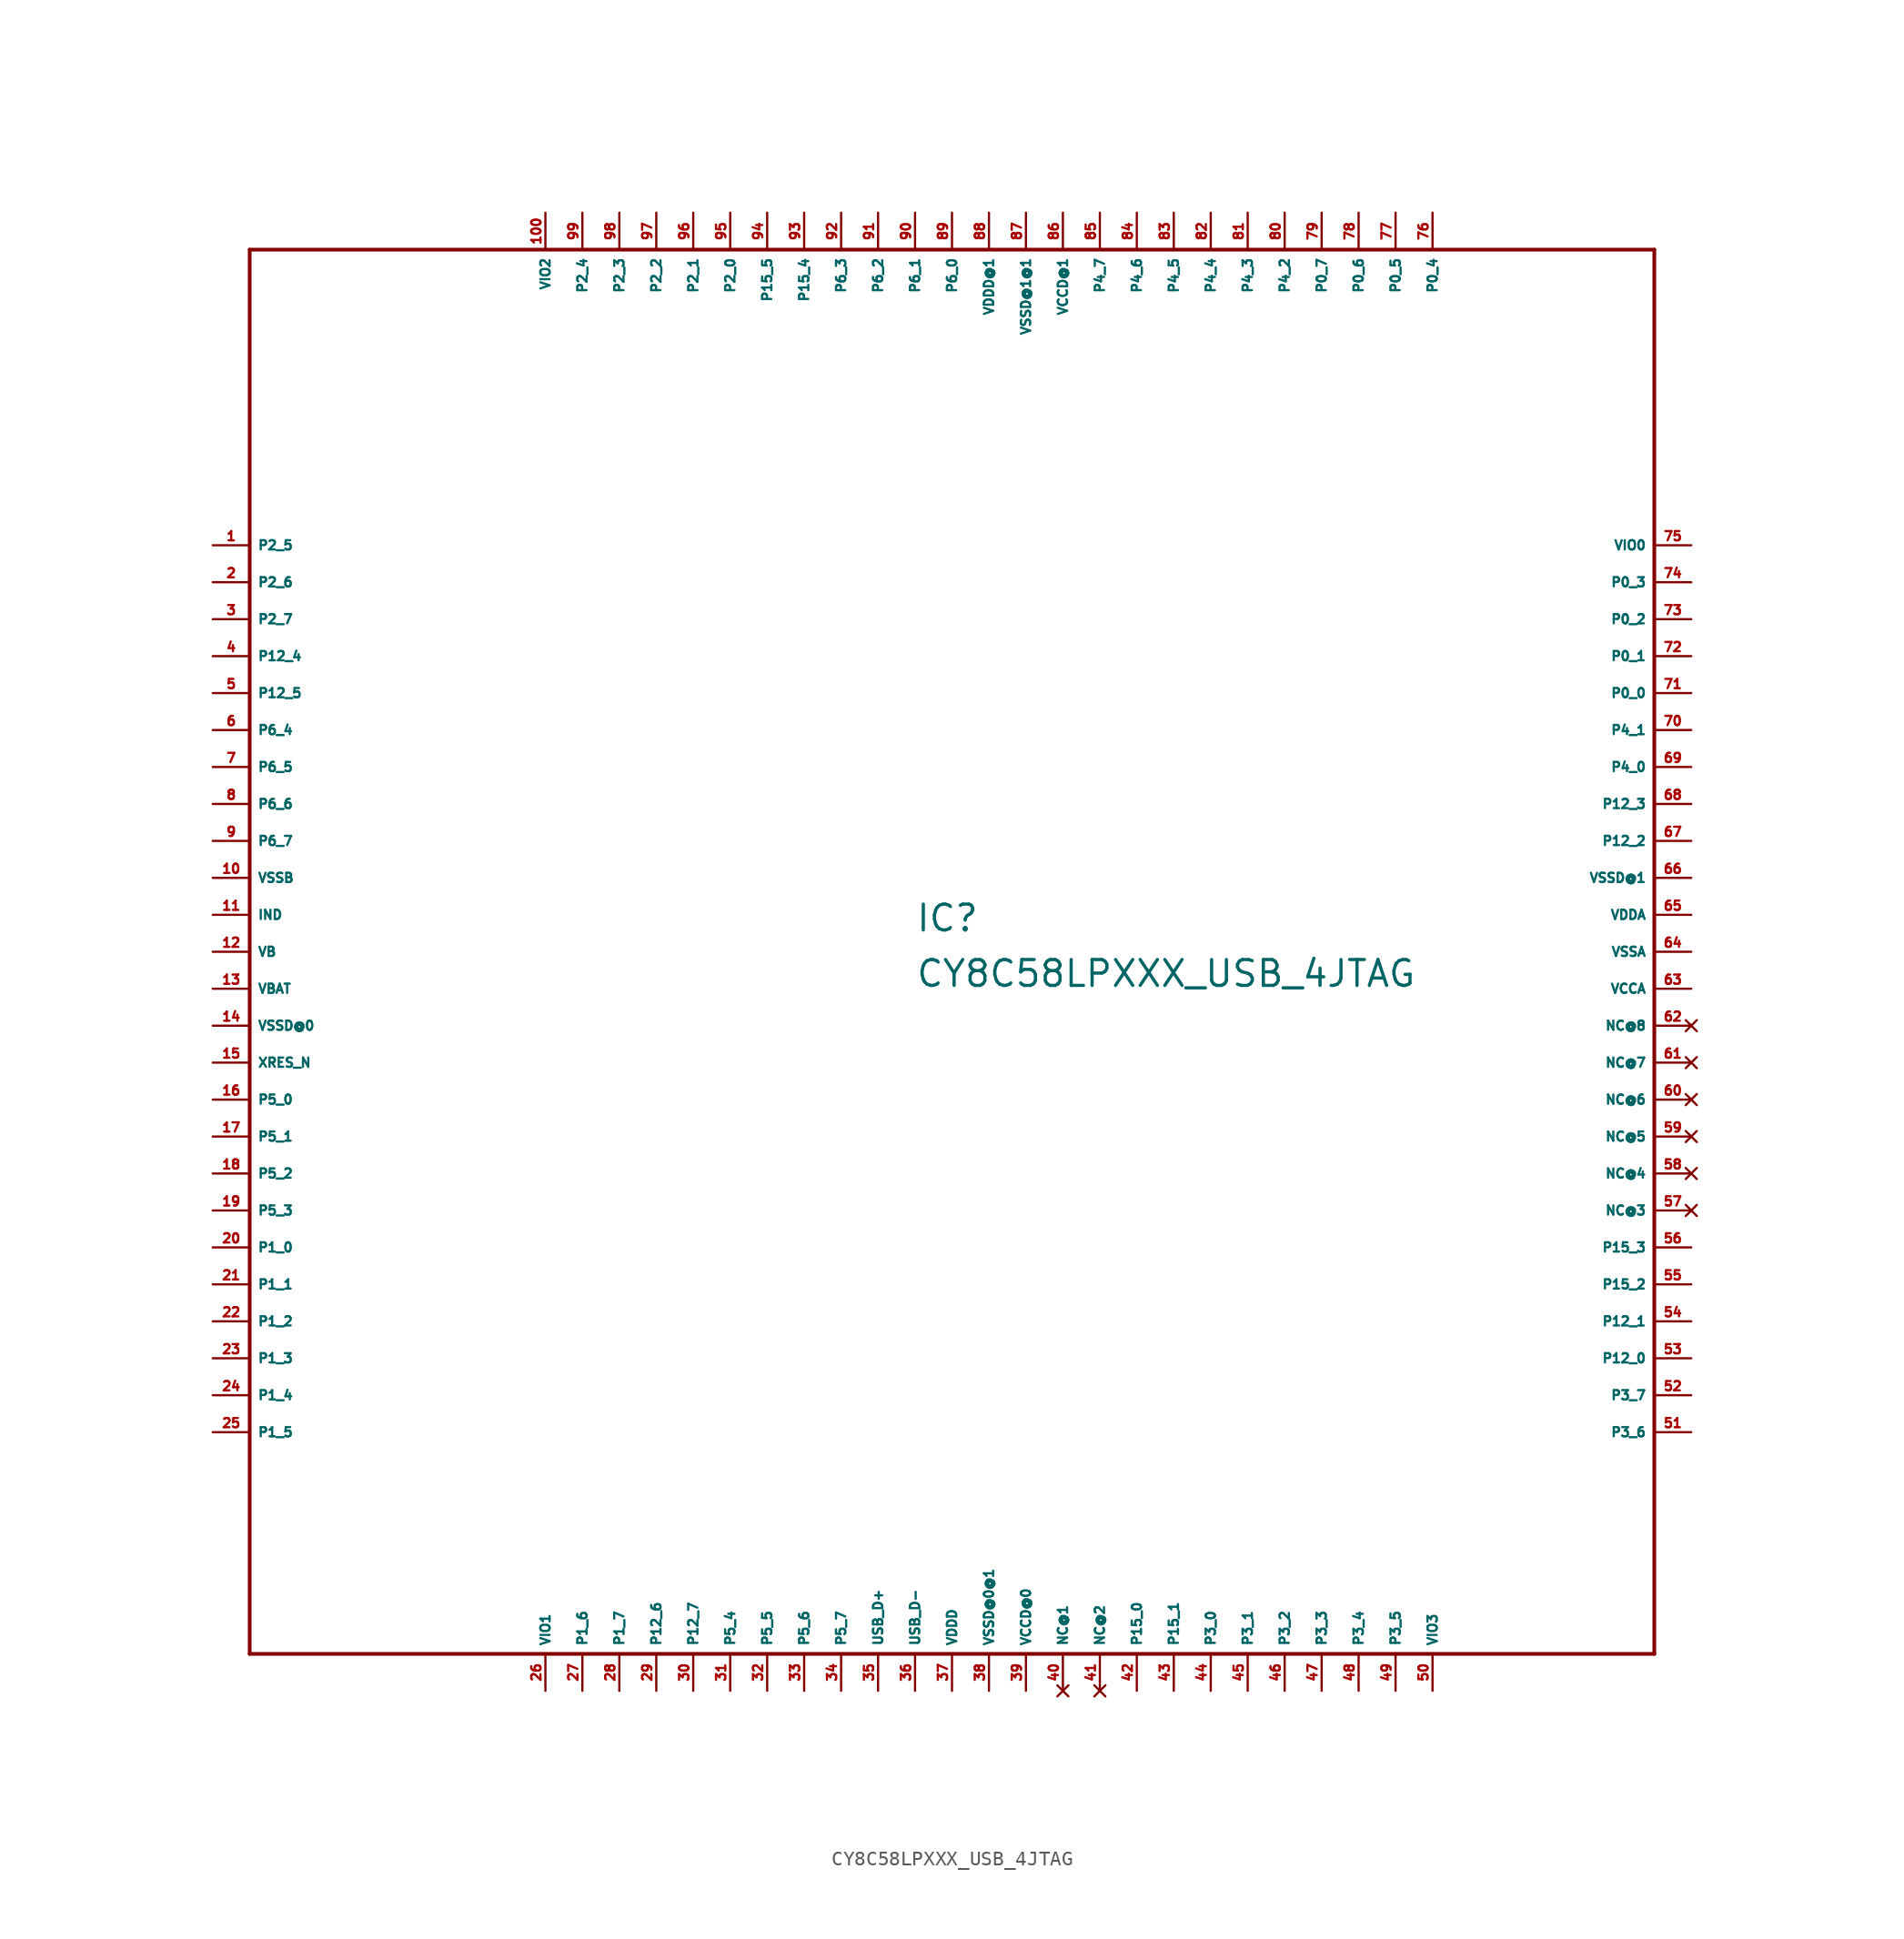
<source format=kicad_sym>
(kicad_symbol_lib
  (version 20220914)
  (generator Eagle2Kicad)
  (symbol "CY8C58LPXXX_USB_4JTAG"
    (property "Reference" "IC"
      (at -2.54 1.27 0)
      (effects (font (size 1.778 1.778) (thickness 0.22)) (justify left bottom)))
    (property "Value" "CY8C58LPXXX_USB_4JTAG"
      (at -2.54 -2.54 0)
      (effects (font (size 1.778 1.778) (thickness 0.22)) (justify left bottom)))
    (polyline
      (pts (xy -48.26 -48.26) (xy 48.26 -48.26))
      (stroke (width 0.254) (type default))
      (fill (type none)))
    (polyline
      (pts (xy 48.26 -48.26) (xy 48.26 48.26))
      (stroke (width 0.254) (type default))
      (fill (type none)))
    (polyline
      (pts (xy 48.26 48.26) (xy -48.26 48.26))
      (stroke (width 0.254) (type default))
      (fill (type none)))
    (polyline
      (pts (xy -48.26 48.26) (xy -48.26 -48.26))
      (stroke (width 0.254) (type default))
      (fill (type none)))
    (pin bidirectional line
      (at -50.8 27.94 0)
      (length 2.54)
      (name "P2_5" (effects (font (size 0.635 0.635) (thickness 0.08)) (justify left bottom)))
      (number "1" (effects (font (size 0.635 0.635) (thickness 0.08)) (justify left bottom))))
    (pin bidirectional line
      (at -50.8 25.4 0)
      (length 2.54)
      (name "P2_6" (effects (font (size 0.635 0.635) (thickness 0.08)) (justify left bottom)))
      (number "2" (effects (font (size 0.635 0.635) (thickness 0.08)) (justify left bottom))))
    (pin bidirectional line
      (at -50.8 22.86 0)
      (length 2.54)
      (name "P2_7" (effects (font (size 0.635 0.635) (thickness 0.08)) (justify left bottom)))
      (number "3" (effects (font (size 0.635 0.635) (thickness 0.08)) (justify left bottom))))
    (pin bidirectional line
      (at -50.8 20.32 0)
      (length 2.54)
      (name "P12_4" (effects (font (size 0.635 0.635) (thickness 0.08)) (justify left bottom)))
      (number "4" (effects (font (size 0.635 0.635) (thickness 0.08)) (justify left bottom))))
    (pin bidirectional line
      (at -50.8 17.78 0)
      (length 2.54)
      (name "P12_5" (effects (font (size 0.635 0.635) (thickness 0.08)) (justify left bottom)))
      (number "5" (effects (font (size 0.635 0.635) (thickness 0.08)) (justify left bottom))))
    (pin bidirectional line
      (at -50.8 15.24 0)
      (length 2.54)
      (name "P6_4" (effects (font (size 0.635 0.635) (thickness 0.08)) (justify left bottom)))
      (number "6" (effects (font (size 0.635 0.635) (thickness 0.08)) (justify left bottom))))
    (pin bidirectional line
      (at -50.8 12.7 0)
      (length 2.54)
      (name "P6_5" (effects (font (size 0.635 0.635) (thickness 0.08)) (justify left bottom)))
      (number "7" (effects (font (size 0.635 0.635) (thickness 0.08)) (justify left bottom))))
    (pin bidirectional line
      (at -50.8 10.16 0)
      (length 2.54)
      (name "P6_6" (effects (font (size 0.635 0.635) (thickness 0.08)) (justify left bottom)))
      (number "8" (effects (font (size 0.635 0.635) (thickness 0.08)) (justify left bottom))))
    (pin bidirectional line
      (at -50.8 7.62 0)
      (length 2.54)
      (name "P6_7" (effects (font (size 0.635 0.635) (thickness 0.08)) (justify left bottom)))
      (number "9" (effects (font (size 0.635 0.635) (thickness 0.08)) (justify left bottom))))
    (pin unspecified line
      (at -50.8 5.08 0)
      (length 2.54)
      (name "VSSB" (effects (font (size 0.635 0.635) (thickness 0.08)) (justify left bottom)))
      (number "10" (effects (font (size 0.635 0.635) (thickness 0.08)) (justify left bottom))))
    (pin passive line
      (at -50.8 2.54 0)
      (length 2.54)
      (name "IND" (effects (font (size 0.635 0.635) (thickness 0.08)) (justify left bottom)))
      (number "11" (effects (font (size 0.635 0.635) (thickness 0.08)) (justify left bottom))))
    (pin passive line
      (at -50.8 0 0)
      (length 2.54)
      (name "VB" (effects (font (size 0.635 0.635) (thickness 0.08)) (justify left bottom)))
      (number "12" (effects (font (size 0.635 0.635) (thickness 0.08)) (justify left bottom))))
    (pin passive line
      (at -50.8 -2.54 0)
      (length 2.54)
      (name "VBAT" (effects (font (size 0.635 0.635) (thickness 0.08)) (justify left bottom)))
      (number "13" (effects (font (size 0.635 0.635) (thickness 0.08)) (justify left bottom))))
    (pin unspecified line
      (at -50.8 -5.08 0)
      (length 2.54)
      (name "VSSD@0" (effects (font (size 0.635 0.635) (thickness 0.08)) (justify left bottom)))
      (number "14" (effects (font (size 0.635 0.635) (thickness 0.08)) (justify left bottom))))
    (pin input line
      (at -50.8 -7.62 0)
      (length 2.54)
      (name "XRES_N" (effects (font (size 0.635 0.635) (thickness 0.08)) (justify left bottom)))
      (number "15" (effects (font (size 0.635 0.635) (thickness 0.08)) (justify left bottom))))
    (pin bidirectional line
      (at -50.8 -10.16 0)
      (length 2.54)
      (name "P5_0" (effects (font (size 0.635 0.635) (thickness 0.08)) (justify left bottom)))
      (number "16" (effects (font (size 0.635 0.635) (thickness 0.08)) (justify left bottom))))
    (pin bidirectional line
      (at -50.8 -12.7 0)
      (length 2.54)
      (name "P5_1" (effects (font (size 0.635 0.635) (thickness 0.08)) (justify left bottom)))
      (number "17" (effects (font (size 0.635 0.635) (thickness 0.08)) (justify left bottom))))
    (pin bidirectional line
      (at -50.8 -15.24 0)
      (length 2.54)
      (name "P5_2" (effects (font (size 0.635 0.635) (thickness 0.08)) (justify left bottom)))
      (number "18" (effects (font (size 0.635 0.635) (thickness 0.08)) (justify left bottom))))
    (pin bidirectional line
      (at -50.8 -17.78 0)
      (length 2.54)
      (name "P5_3" (effects (font (size 0.635 0.635) (thickness 0.08)) (justify left bottom)))
      (number "19" (effects (font (size 0.635 0.635) (thickness 0.08)) (justify left bottom))))
    (pin input line
      (at -50.8 -20.32 0)
      (length 2.54)
      (name "P1_0" (effects (font (size 0.635 0.635) (thickness 0.08)) (justify left bottom)))
      (number "20" (effects (font (size 0.635 0.635) (thickness 0.08)) (justify left bottom))))
    (pin input line
      (at -50.8 -22.86 0)
      (length 2.54)
      (name "P1_1" (effects (font (size 0.635 0.635) (thickness 0.08)) (justify left bottom)))
      (number "21" (effects (font (size 0.635 0.635) (thickness 0.08)) (justify left bottom))))
    (pin bidirectional line
      (at -50.8 -25.4 0)
      (length 2.54)
      (name "P1_2" (effects (font (size 0.635 0.635) (thickness 0.08)) (justify left bottom)))
      (number "22" (effects (font (size 0.635 0.635) (thickness 0.08)) (justify left bottom))))
    (pin output line
      (at -50.8 -27.94 0)
      (length 2.54)
      (name "P1_3" (effects (font (size 0.635 0.635) (thickness 0.08)) (justify left bottom)))
      (number "23" (effects (font (size 0.635 0.635) (thickness 0.08)) (justify left bottom))))
    (pin input line
      (at -50.8 -30.48 0)
      (length 2.54)
      (name "P1_4" (effects (font (size 0.635 0.635) (thickness 0.08)) (justify left bottom)))
      (number "24" (effects (font (size 0.635 0.635) (thickness 0.08)) (justify left bottom))))
    (pin bidirectional line
      (at -50.8 -33.02 0)
      (length 2.54)
      (name "P1_5" (effects (font (size 0.635 0.635) (thickness 0.08)) (justify left bottom)))
      (number "25" (effects (font (size 0.635 0.635) (thickness 0.08)) (justify left bottom))))
    (pin passive line
      (at -27.94 -50.8 90)
      (length 2.54)
      (name "VIO1" (effects (font (size 0.635 0.635) (thickness 0.08)) (justify left bottom)))
      (number "26" (effects (font (size 0.635 0.635) (thickness 0.08)) (justify left bottom))))
    (pin bidirectional line
      (at -25.4 -50.8 90)
      (length 2.54)
      (name "P1_6" (effects (font (size 0.635 0.635) (thickness 0.08)) (justify left bottom)))
      (number "27" (effects (font (size 0.635 0.635) (thickness 0.08)) (justify left bottom))))
    (pin bidirectional line
      (at -22.86 -50.8 90)
      (length 2.54)
      (name "P1_7" (effects (font (size 0.635 0.635) (thickness 0.08)) (justify left bottom)))
      (number "28" (effects (font (size 0.635 0.635) (thickness 0.08)) (justify left bottom))))
    (pin bidirectional line
      (at -20.32 -50.8 90)
      (length 2.54)
      (name "P12_6" (effects (font (size 0.635 0.635) (thickness 0.08)) (justify left bottom)))
      (number "29" (effects (font (size 0.635 0.635) (thickness 0.08)) (justify left bottom))))
    (pin bidirectional line
      (at -17.78 -50.8 90)
      (length 2.54)
      (name "P12_7" (effects (font (size 0.635 0.635) (thickness 0.08)) (justify left bottom)))
      (number "30" (effects (font (size 0.635 0.635) (thickness 0.08)) (justify left bottom))))
    (pin bidirectional line
      (at -15.24 -50.8 90)
      (length 2.54)
      (name "P5_4" (effects (font (size 0.635 0.635) (thickness 0.08)) (justify left bottom)))
      (number "31" (effects (font (size 0.635 0.635) (thickness 0.08)) (justify left bottom))))
    (pin bidirectional line
      (at -12.7 -50.8 90)
      (length 2.54)
      (name "P5_5" (effects (font (size 0.635 0.635) (thickness 0.08)) (justify left bottom)))
      (number "32" (effects (font (size 0.635 0.635) (thickness 0.08)) (justify left bottom))))
    (pin bidirectional line
      (at -10.16 -50.8 90)
      (length 2.54)
      (name "P5_6" (effects (font (size 0.635 0.635) (thickness 0.08)) (justify left bottom)))
      (number "33" (effects (font (size 0.635 0.635) (thickness 0.08)) (justify left bottom))))
    (pin bidirectional line
      (at -7.62 -50.8 90)
      (length 2.54)
      (name "P5_7" (effects (font (size 0.635 0.635) (thickness 0.08)) (justify left bottom)))
      (number "34" (effects (font (size 0.635 0.635) (thickness 0.08)) (justify left bottom))))
    (pin unspecified line
      (at 0 -50.8 90)
      (length 2.54)
      (name "VDDD" (effects (font (size 0.635 0.635) (thickness 0.08)) (justify left bottom)))
      (number "37" (effects (font (size 0.635 0.635) (thickness 0.08)) (justify left bottom))))
    (pin unspecified line
      (at 2.54 -50.8 90)
      (length 2.54)
      (name "VSSD@0@1" (effects (font (size 0.635 0.635) (thickness 0.08)) (justify left bottom)))
      (number "38" (effects (font (size 0.635 0.635) (thickness 0.08)) (justify left bottom))))
    (pin unspecified line
      (at 5.08 -50.8 90)
      (length 2.54)
      (name "VCCD@0" (effects (font (size 0.635 0.635) (thickness 0.08)) (justify left bottom)))
      (number "39" (effects (font (size 0.635 0.635) (thickness 0.08)) (justify left bottom))))
    (pin bidirectional line
      (at 12.7 -50.8 90)
      (length 2.54)
      (name "P15_0" (effects (font (size 0.635 0.635) (thickness 0.08)) (justify left bottom)))
      (number "42" (effects (font (size 0.635 0.635) (thickness 0.08)) (justify left bottom))))
    (pin bidirectional line
      (at 15.24 -50.8 90)
      (length 2.54)
      (name "P15_1" (effects (font (size 0.635 0.635) (thickness 0.08)) (justify left bottom)))
      (number "43" (effects (font (size 0.635 0.635) (thickness 0.08)) (justify left bottom))))
    (pin bidirectional line
      (at 17.78 -50.8 90)
      (length 2.54)
      (name "P3_0" (effects (font (size 0.635 0.635) (thickness 0.08)) (justify left bottom)))
      (number "44" (effects (font (size 0.635 0.635) (thickness 0.08)) (justify left bottom))))
    (pin bidirectional line
      (at 20.32 -50.8 90)
      (length 2.54)
      (name "P3_1" (effects (font (size 0.635 0.635) (thickness 0.08)) (justify left bottom)))
      (number "45" (effects (font (size 0.635 0.635) (thickness 0.08)) (justify left bottom))))
    (pin bidirectional line
      (at 22.86 -50.8 90)
      (length 2.54)
      (name "P3_2" (effects (font (size 0.635 0.635) (thickness 0.08)) (justify left bottom)))
      (number "46" (effects (font (size 0.635 0.635) (thickness 0.08)) (justify left bottom))))
    (pin bidirectional line
      (at 25.4 -50.8 90)
      (length 2.54)
      (name "P3_3" (effects (font (size 0.635 0.635) (thickness 0.08)) (justify left bottom)))
      (number "47" (effects (font (size 0.635 0.635) (thickness 0.08)) (justify left bottom))))
    (pin bidirectional line
      (at 27.94 -50.8 90)
      (length 2.54)
      (name "P3_4" (effects (font (size 0.635 0.635) (thickness 0.08)) (justify left bottom)))
      (number "48" (effects (font (size 0.635 0.635) (thickness 0.08)) (justify left bottom))))
    (pin bidirectional line
      (at 30.48 -50.8 90)
      (length 2.54)
      (name "P3_5" (effects (font (size 0.635 0.635) (thickness 0.08)) (justify left bottom)))
      (number "49" (effects (font (size 0.635 0.635) (thickness 0.08)) (justify left bottom))))
    (pin passive line
      (at 33.02 -50.8 90)
      (length 2.54)
      (name "VIO3" (effects (font (size 0.635 0.635) (thickness 0.08)) (justify left bottom)))
      (number "50" (effects (font (size 0.635 0.635) (thickness 0.08)) (justify left bottom))))
    (pin bidirectional line
      (at 50.8 -33.02 180)
      (length 2.54)
      (name "P3_6" (effects (font (size 0.635 0.635) (thickness 0.08)) (justify left bottom)))
      (number "51" (effects (font (size 0.635 0.635) (thickness 0.08)) (justify left bottom))))
    (pin bidirectional line
      (at 50.8 -30.48 180)
      (length 2.54)
      (name "P3_7" (effects (font (size 0.635 0.635) (thickness 0.08)) (justify left bottom)))
      (number "52" (effects (font (size 0.635 0.635) (thickness 0.08)) (justify left bottom))))
    (pin bidirectional line
      (at 50.8 -27.94 180)
      (length 2.54)
      (name "P12_0" (effects (font (size 0.635 0.635) (thickness 0.08)) (justify left bottom)))
      (number "53" (effects (font (size 0.635 0.635) (thickness 0.08)) (justify left bottom))))
    (pin bidirectional line
      (at 50.8 -25.4 180)
      (length 2.54)
      (name "P12_1" (effects (font (size 0.635 0.635) (thickness 0.08)) (justify left bottom)))
      (number "54" (effects (font (size 0.635 0.635) (thickness 0.08)) (justify left bottom))))
    (pin bidirectional line
      (at 50.8 -22.86 180)
      (length 2.54)
      (name "P15_2" (effects (font (size 0.635 0.635) (thickness 0.08)) (justify left bottom)))
      (number "55" (effects (font (size 0.635 0.635) (thickness 0.08)) (justify left bottom))))
    (pin bidirectional line
      (at 50.8 -20.32 180)
      (length 2.54)
      (name "P15_3" (effects (font (size 0.635 0.635) (thickness 0.08)) (justify left bottom)))
      (number "56" (effects (font (size 0.635 0.635) (thickness 0.08)) (justify left bottom))))
    (pin unspecified line
      (at 50.8 -2.54 180)
      (length 2.54)
      (name "VCCA" (effects (font (size 0.635 0.635) (thickness 0.08)) (justify left bottom)))
      (number "63" (effects (font (size 0.635 0.635) (thickness 0.08)) (justify left bottom))))
    (pin unspecified line
      (at 50.8 0 180)
      (length 2.54)
      (name "VSSA" (effects (font (size 0.635 0.635) (thickness 0.08)) (justify left bottom)))
      (number "64" (effects (font (size 0.635 0.635) (thickness 0.08)) (justify left bottom))))
    (pin unspecified line
      (at 50.8 2.54 180)
      (length 2.54)
      (name "VDDA" (effects (font (size 0.635 0.635) (thickness 0.08)) (justify left bottom)))
      (number "65" (effects (font (size 0.635 0.635) (thickness 0.08)) (justify left bottom))))
    (pin unspecified line
      (at 50.8 5.08 180)
      (length 2.54)
      (name "VSSD@1" (effects (font (size 0.635 0.635) (thickness 0.08)) (justify left bottom)))
      (number "66" (effects (font (size 0.635 0.635) (thickness 0.08)) (justify left bottom))))
    (pin bidirectional line
      (at 50.8 7.62 180)
      (length 2.54)
      (name "P12_2" (effects (font (size 0.635 0.635) (thickness 0.08)) (justify left bottom)))
      (number "67" (effects (font (size 0.635 0.635) (thickness 0.08)) (justify left bottom))))
    (pin bidirectional line
      (at 50.8 10.16 180)
      (length 2.54)
      (name "P12_3" (effects (font (size 0.635 0.635) (thickness 0.08)) (justify left bottom)))
      (number "68" (effects (font (size 0.635 0.635) (thickness 0.08)) (justify left bottom))))
    (pin bidirectional line
      (at 50.8 12.7 180)
      (length 2.54)
      (name "P4_0" (effects (font (size 0.635 0.635) (thickness 0.08)) (justify left bottom)))
      (number "69" (effects (font (size 0.635 0.635) (thickness 0.08)) (justify left bottom))))
    (pin bidirectional line
      (at 50.8 15.24 180)
      (length 2.54)
      (name "P4_1" (effects (font (size 0.635 0.635) (thickness 0.08)) (justify left bottom)))
      (number "70" (effects (font (size 0.635 0.635) (thickness 0.08)) (justify left bottom))))
    (pin bidirectional line
      (at 50.8 17.78 180)
      (length 2.54)
      (name "P0_0" (effects (font (size 0.635 0.635) (thickness 0.08)) (justify left bottom)))
      (number "71" (effects (font (size 0.635 0.635) (thickness 0.08)) (justify left bottom))))
    (pin bidirectional line
      (at 50.8 20.32 180)
      (length 2.54)
      (name "P0_1" (effects (font (size 0.635 0.635) (thickness 0.08)) (justify left bottom)))
      (number "72" (effects (font (size 0.635 0.635) (thickness 0.08)) (justify left bottom))))
    (pin bidirectional line
      (at 50.8 22.86 180)
      (length 2.54)
      (name "P0_2" (effects (font (size 0.635 0.635) (thickness 0.08)) (justify left bottom)))
      (number "73" (effects (font (size 0.635 0.635) (thickness 0.08)) (justify left bottom))))
    (pin bidirectional line
      (at 50.8 25.4 180)
      (length 2.54)
      (name "P0_3" (effects (font (size 0.635 0.635) (thickness 0.08)) (justify left bottom)))
      (number "74" (effects (font (size 0.635 0.635) (thickness 0.08)) (justify left bottom))))
    (pin passive line
      (at 50.8 27.94 180)
      (length 2.54)
      (name "VIO0" (effects (font (size 0.635 0.635) (thickness 0.08)) (justify left bottom)))
      (number "75" (effects (font (size 0.635 0.635) (thickness 0.08)) (justify left bottom))))
    (pin bidirectional line
      (at 33.02 50.8 270)
      (length 2.54)
      (name "P0_4" (effects (font (size 0.635 0.635) (thickness 0.08)) (justify left bottom)))
      (number "76" (effects (font (size 0.635 0.635) (thickness 0.08)) (justify left bottom))))
    (pin bidirectional line
      (at 30.48 50.8 270)
      (length 2.54)
      (name "P0_5" (effects (font (size 0.635 0.635) (thickness 0.08)) (justify left bottom)))
      (number "77" (effects (font (size 0.635 0.635) (thickness 0.08)) (justify left bottom))))
    (pin bidirectional line
      (at 27.94 50.8 270)
      (length 2.54)
      (name "P0_6" (effects (font (size 0.635 0.635) (thickness 0.08)) (justify left bottom)))
      (number "78" (effects (font (size 0.635 0.635) (thickness 0.08)) (justify left bottom))))
    (pin bidirectional line
      (at 25.4 50.8 270)
      (length 2.54)
      (name "P0_7" (effects (font (size 0.635 0.635) (thickness 0.08)) (justify left bottom)))
      (number "79" (effects (font (size 0.635 0.635) (thickness 0.08)) (justify left bottom))))
    (pin bidirectional line
      (at 22.86 50.8 270)
      (length 2.54)
      (name "P4_2" (effects (font (size 0.635 0.635) (thickness 0.08)) (justify left bottom)))
      (number "80" (effects (font (size 0.635 0.635) (thickness 0.08)) (justify left bottom))))
    (pin bidirectional line
      (at 20.32 50.8 270)
      (length 2.54)
      (name "P4_3" (effects (font (size 0.635 0.635) (thickness 0.08)) (justify left bottom)))
      (number "81" (effects (font (size 0.635 0.635) (thickness 0.08)) (justify left bottom))))
    (pin bidirectional line
      (at 17.78 50.8 270)
      (length 2.54)
      (name "P4_4" (effects (font (size 0.635 0.635) (thickness 0.08)) (justify left bottom)))
      (number "82" (effects (font (size 0.635 0.635) (thickness 0.08)) (justify left bottom))))
    (pin bidirectional line
      (at 15.24 50.8 270)
      (length 2.54)
      (name "P4_5" (effects (font (size 0.635 0.635) (thickness 0.08)) (justify left bottom)))
      (number "83" (effects (font (size 0.635 0.635) (thickness 0.08)) (justify left bottom))))
    (pin bidirectional line
      (at 12.7 50.8 270)
      (length 2.54)
      (name "P4_6" (effects (font (size 0.635 0.635) (thickness 0.08)) (justify left bottom)))
      (number "84" (effects (font (size 0.635 0.635) (thickness 0.08)) (justify left bottom))))
    (pin bidirectional line
      (at 10.16 50.8 270)
      (length 2.54)
      (name "P4_7" (effects (font (size 0.635 0.635) (thickness 0.08)) (justify left bottom)))
      (number "85" (effects (font (size 0.635 0.635) (thickness 0.08)) (justify left bottom))))
    (pin unspecified line
      (at 7.62 50.8 270)
      (length 2.54)
      (name "VCCD@1" (effects (font (size 0.635 0.635) (thickness 0.08)) (justify left bottom)))
      (number "86" (effects (font (size 0.635 0.635) (thickness 0.08)) (justify left bottom))))
    (pin unspecified line
      (at 5.08 50.8 270)
      (length 2.54)
      (name "VSSD@1@1" (effects (font (size 0.635 0.635) (thickness 0.08)) (justify left bottom)))
      (number "87" (effects (font (size 0.635 0.635) (thickness 0.08)) (justify left bottom))))
    (pin unspecified line
      (at 2.54 50.8 270)
      (length 2.54)
      (name "VDDD@1" (effects (font (size 0.635 0.635) (thickness 0.08)) (justify left bottom)))
      (number "88" (effects (font (size 0.635 0.635) (thickness 0.08)) (justify left bottom))))
    (pin bidirectional line
      (at 0 50.8 270)
      (length 2.54)
      (name "P6_0" (effects (font (size 0.635 0.635) (thickness 0.08)) (justify left bottom)))
      (number "89" (effects (font (size 0.635 0.635) (thickness 0.08)) (justify left bottom))))
    (pin bidirectional line
      (at -2.54 50.8 270)
      (length 2.54)
      (name "P6_1" (effects (font (size 0.635 0.635) (thickness 0.08)) (justify left bottom)))
      (number "90" (effects (font (size 0.635 0.635) (thickness 0.08)) (justify left bottom))))
    (pin bidirectional line
      (at -5.08 50.8 270)
      (length 2.54)
      (name "P6_2" (effects (font (size 0.635 0.635) (thickness 0.08)) (justify left bottom)))
      (number "91" (effects (font (size 0.635 0.635) (thickness 0.08)) (justify left bottom))))
    (pin bidirectional line
      (at -7.62 50.8 270)
      (length 2.54)
      (name "P6_3" (effects (font (size 0.635 0.635) (thickness 0.08)) (justify left bottom)))
      (number "92" (effects (font (size 0.635 0.635) (thickness 0.08)) (justify left bottom))))
    (pin bidirectional line
      (at -10.16 50.8 270)
      (length 2.54)
      (name "P15_4" (effects (font (size 0.635 0.635) (thickness 0.08)) (justify left bottom)))
      (number "93" (effects (font (size 0.635 0.635) (thickness 0.08)) (justify left bottom))))
    (pin bidirectional line
      (at -12.7 50.8 270)
      (length 2.54)
      (name "P15_5" (effects (font (size 0.635 0.635) (thickness 0.08)) (justify left bottom)))
      (number "94" (effects (font (size 0.635 0.635) (thickness 0.08)) (justify left bottom))))
    (pin bidirectional line
      (at -15.24 50.8 270)
      (length 2.54)
      (name "P2_0" (effects (font (size 0.635 0.635) (thickness 0.08)) (justify left bottom)))
      (number "95" (effects (font (size 0.635 0.635) (thickness 0.08)) (justify left bottom))))
    (pin bidirectional line
      (at -17.78 50.8 270)
      (length 2.54)
      (name "P2_1" (effects (font (size 0.635 0.635) (thickness 0.08)) (justify left bottom)))
      (number "96" (effects (font (size 0.635 0.635) (thickness 0.08)) (justify left bottom))))
    (pin bidirectional line
      (at -20.32 50.8 270)
      (length 2.54)
      (name "P2_2" (effects (font (size 0.635 0.635) (thickness 0.08)) (justify left bottom)))
      (number "97" (effects (font (size 0.635 0.635) (thickness 0.08)) (justify left bottom))))
    (pin bidirectional line
      (at -22.86 50.8 270)
      (length 2.54)
      (name "P2_3" (effects (font (size 0.635 0.635) (thickness 0.08)) (justify left bottom)))
      (number "98" (effects (font (size 0.635 0.635) (thickness 0.08)) (justify left bottom))))
    (pin bidirectional line
      (at -25.4 50.8 270)
      (length 2.54)
      (name "P2_4" (effects (font (size 0.635 0.635) (thickness 0.08)) (justify left bottom)))
      (number "99" (effects (font (size 0.635 0.635) (thickness 0.08)) (justify left bottom))))
    (pin passive line
      (at -27.94 50.8 270)
      (length 2.54)
      (name "VIO2" (effects (font (size 0.635 0.635) (thickness 0.08)) (justify left bottom)))
      (number "100" (effects (font (size 0.635 0.635) (thickness 0.08)) (justify left bottom))))
    (pin no_connect line
      (at 7.62 -50.8 90)
      (length 2.54)
      (name "NC@1" (effects (font (size 0.635 0.635) (thickness 0.08)) (justify left bottom) hide))
      (number "40" (effects (font (size 0.635 0.635) (thickness 0.08)) (justify left bottom) hide)))
    (pin no_connect line
      (at 10.16 -50.8 90)
      (length 2.54)
      (name "NC@2" (effects (font (size 0.635 0.635) (thickness 0.08)) (justify left bottom) hide))
      (number "41" (effects (font (size 0.635 0.635) (thickness 0.08)) (justify left bottom) hide)))
    (pin no_connect line
      (at 50.8 -17.78 180)
      (length 2.54)
      (name "NC@3" (effects (font (size 0.635 0.635) (thickness 0.08)) (justify left bottom) hide))
      (number "57" (effects (font (size 0.635 0.635) (thickness 0.08)) (justify left bottom) hide)))
    (pin no_connect line
      (at 50.8 -15.24 180)
      (length 2.54)
      (name "NC@4" (effects (font (size 0.635 0.635) (thickness 0.08)) (justify left bottom) hide))
      (number "58" (effects (font (size 0.635 0.635) (thickness 0.08)) (justify left bottom) hide)))
    (pin no_connect line
      (at 50.8 -12.7 180)
      (length 2.54)
      (name "NC@5" (effects (font (size 0.635 0.635) (thickness 0.08)) (justify left bottom) hide))
      (number "59" (effects (font (size 0.635 0.635) (thickness 0.08)) (justify left bottom) hide)))
    (pin no_connect line
      (at 50.8 -10.16 180)
      (length 2.54)
      (name "NC@6" (effects (font (size 0.635 0.635) (thickness 0.08)) (justify left bottom) hide))
      (number "60" (effects (font (size 0.635 0.635) (thickness 0.08)) (justify left bottom) hide)))
    (pin no_connect line
      (at 50.8 -7.62 180)
      (length 2.54)
      (name "NC@7" (effects (font (size 0.635 0.635) (thickness 0.08)) (justify left bottom) hide))
      (number "61" (effects (font (size 0.635 0.635) (thickness 0.08)) (justify left bottom) hide)))
    (pin no_connect line
      (at 50.8 -5.08 180)
      (length 2.54)
      (name "NC@8" (effects (font (size 0.635 0.635) (thickness 0.08)) (justify left bottom) hide))
      (number "62" (effects (font (size 0.635 0.635) (thickness 0.08)) (justify left bottom) hide)))
    (pin tri_state line
      (at -5.08 -50.8 90)
      (length 2.54)
      (name "USB_D+" (effects (font (size 0.635 0.635) (thickness 0.08)) (justify left bottom)))
      (number "35" (effects (font (size 0.635 0.635) (thickness 0.08)) (justify left bottom))))
    (pin tri_state line
      (at -2.54 -50.8 90)
      (length 2.54)
      (name "USB_D-" (effects (font (size 0.635 0.635) (thickness 0.08)) (justify left bottom)))
      (number "36" (effects (font (size 0.635 0.635) (thickness 0.08)) (justify left bottom))))))
</source>
